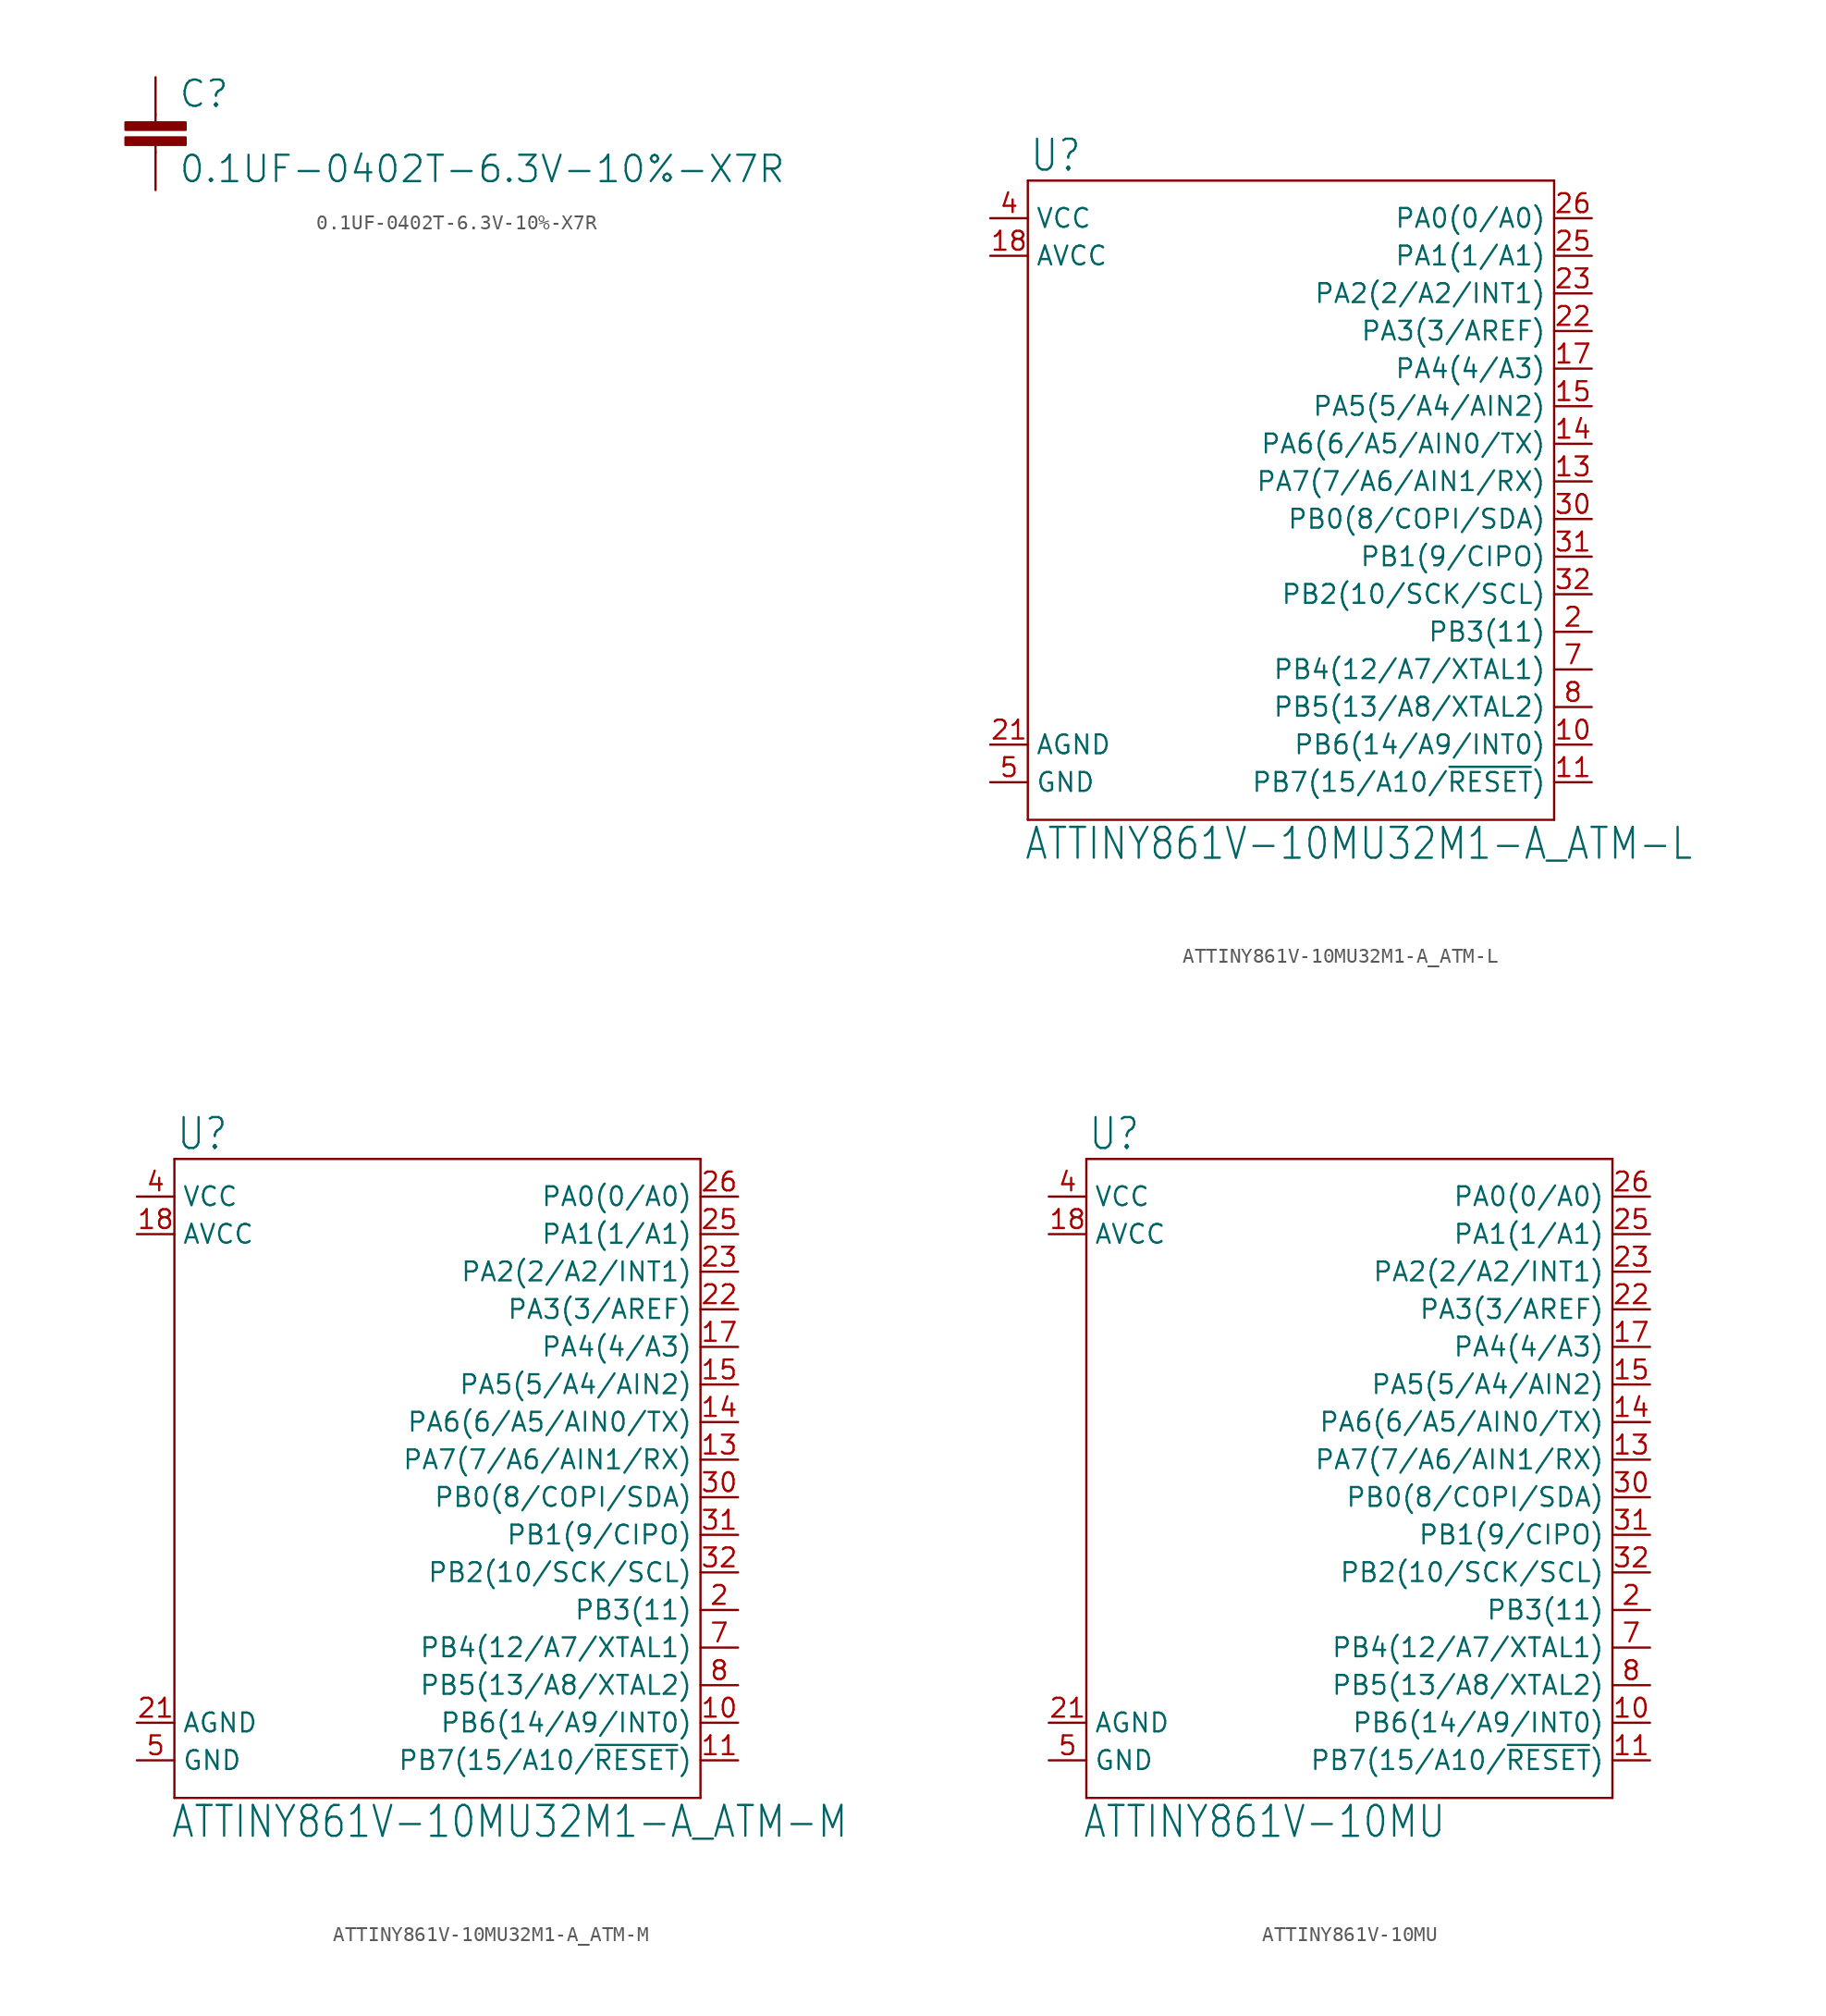
<source format=kicad_sym>
(kicad_symbol_lib
  (version 20211014)
  (generator kicad_symbol_editor)
  (symbol "0.1UF-0402T-6.3V-10%-X7R"
    (property "Reference" "C"
      (at 1.524 2.921 0)
      (effects (font (size 1.778 1.778)) (justify left bottom)))
    (property "Value" "0.1UF-0402T-6.3V-10%-X7R"
      (at 1.524 -2.159 0)
      (effects (font (size 1.778 1.778)) (justify left bottom)))
    (property "ki_locked" ""
      (at 0 0 0)
      (effects (font (size 1.27 1.27))))
    (symbol "0.1UF-0402T-6.3V-10%-X7R_1_0"
      (rectangle (start -2.032 0.508) (end 2.032 1.016) (stroke (width 0) (type default) (color 0 0 0 0)) (fill (type outline)))
      (rectangle (start -2.032 1.524) (end 2.032 2.032) (stroke (width 0) (type default) (color 0 0 0 0)) (fill (type outline)))
      (polyline (pts (xy 0 0) (xy 0 0.508)) (stroke (width 0.152) (type default) (color 0 0 0 0)) (fill (type none)))
      (polyline (pts (xy 0 2.54) (xy 0 2.032)) (stroke (width 0.152) (type default) (color 0 0 0 0)) (fill (type none)))
      (pin passive line (at 0 5.08 270) (length 2.54) (name "1" (effects (font (size 0 0)))) (number "1" (effects (font (size 0 0)))))
      (pin passive line (at 0 -2.54 90) (length 2.54) (name "2" (effects (font (size 0 0)))) (number "2" (effects (font (size 0 0)))))))
  (symbol "ATTINY861V-10MU32M1-A_ATM-L"
    (property "Reference" "U"
      (at -17.678 23.343 0)
      (effects (font (size 2.083 1.77)) (justify left bottom)))
    (property "Value" "ATTINY861V-10MU32M1-A_ATM-L"
      (at -18.059 -23.139 0)
      (effects (font (size 2.083 1.77)) (justify left bottom)))
    (property "ki_locked" ""
      (at 0 0 0)
      (effects (font (size 1.27 1.27))))
    (symbol "ATTINY861V-10MU32M1-A_ATM-L_1_0"
      (polyline (pts (xy -17.78 -20.32) (xy 17.78 -20.32)) (stroke (width 0.152) (type default) (color 0 0 0 0)) (fill (type none)))
      (polyline (pts (xy -17.78 22.86) (xy -17.78 -20.32)) (stroke (width 0.152) (type default) (color 0 0 0 0)) (fill (type none)))
      (polyline (pts (xy 17.78 -20.32) (xy 17.78 22.86)) (stroke (width 0.152) (type default) (color 0 0 0 0)) (fill (type none)))
      (polyline (pts (xy 17.78 22.86) (xy -17.78 22.86)) (stroke (width 0.152) (type default) (color 0 0 0 0)) (fill (type none)))
      (pin bidirectional line (at 20.32 -15.24 180) (length 2.54) (name "PB6(14/A9/INT0)" (effects (font (size 1.27 1.27)))) (number "10" (effects (font (size 1.27 1.27)))))
      (pin bidirectional line (at 20.32 -17.78 180) (length 2.54) (name "PB7(15/A10/~{RESET})" (effects (font (size 1.27 1.27)))) (number "11" (effects (font (size 1.27 1.27)))))
      (pin bidirectional line (at 20.32 2.54 180) (length 2.54) (name "PA7(7/A6/AIN1/RX)" (effects (font (size 1.27 1.27)))) (number "13" (effects (font (size 1.27 1.27)))))
      (pin bidirectional line (at 20.32 5.08 180) (length 2.54) (name "PA6(6/A5/AIN0/TX)" (effects (font (size 1.27 1.27)))) (number "14" (effects (font (size 1.27 1.27)))))
      (pin bidirectional line (at 20.32 7.62 180) (length 2.54) (name "PA5(5/A4/AIN2)" (effects (font (size 1.27 1.27)))) (number "15" (effects (font (size 1.27 1.27)))))
      (pin bidirectional line (at 20.32 10.16 180) (length 2.54) (name "PA4(4/A3)" (effects (font (size 1.27 1.27)))) (number "17" (effects (font (size 1.27 1.27)))))
      (pin power_in line (at -20.32 17.78 0) (length 2.54) (name "AVCC" (effects (font (size 1.27 1.27)))) (number "18" (effects (font (size 1.27 1.27)))))
      (pin bidirectional line (at 20.32 -7.62 180) (length 2.54) (name "PB3(11)" (effects (font (size 1.27 1.27)))) (number "2" (effects (font (size 1.27 1.27)))))
      (pin power_in line (at -20.32 -15.24 0) (length 2.54) (name "AGND" (effects (font (size 1.27 1.27)))) (number "21" (effects (font (size 1.27 1.27)))))
      (pin bidirectional line (at 20.32 12.7 180) (length 2.54) (name "PA3(3/AREF)" (effects (font (size 1.27 1.27)))) (number "22" (effects (font (size 1.27 1.27)))))
      (pin bidirectional line (at 20.32 15.24 180) (length 2.54) (name "PA2(2/A2/INT1)" (effects (font (size 1.27 1.27)))) (number "23" (effects (font (size 1.27 1.27)))))
      (pin bidirectional line (at 20.32 17.78 180) (length 2.54) (name "PA1(1/A1)" (effects (font (size 1.27 1.27)))) (number "25" (effects (font (size 1.27 1.27)))))
      (pin bidirectional line (at 20.32 20.32 180) (length 2.54) (name "PA0(0/A0)" (effects (font (size 1.27 1.27)))) (number "26" (effects (font (size 1.27 1.27)))))
      (pin bidirectional line (at 20.32 0 180) (length 2.54) (name "PB0(8/COPI/SDA)" (effects (font (size 1.27 1.27)))) (number "30" (effects (font (size 1.27 1.27)))))
      (pin bidirectional line (at 20.32 -2.54 180) (length 2.54) (name "PB1(9/CIPO)" (effects (font (size 1.27 1.27)))) (number "31" (effects (font (size 1.27 1.27)))))
      (pin bidirectional line (at 20.32 -5.08 180) (length 2.54) (name "PB2(10/SCK/SCL)" (effects (font (size 1.27 1.27)))) (number "32" (effects (font (size 1.27 1.27)))))
      (pin power_in line (at -20.32 20.32 0) (length 2.54) (name "VCC" (effects (font (size 1.27 1.27)))) (number "4" (effects (font (size 1.27 1.27)))))
      (pin power_in line (at -20.32 -17.78 0) (length 2.54) (name "GND" (effects (font (size 1.27 1.27)))) (number "5" (effects (font (size 1.27 1.27)))))
      (pin bidirectional line (at 20.32 -10.16 180) (length 2.54) (name "PB4(12/A7/XTAL1)" (effects (font (size 1.27 1.27)))) (number "7" (effects (font (size 1.27 1.27)))))
      (pin bidirectional line (at 20.32 -12.7 180) (length 2.54) (name "PB5(13/A8/XTAL2)" (effects (font (size 1.27 1.27)))) (number "8" (effects (font (size 1.27 1.27)))))))
  (symbol "ATTINY861V-10MU32M1-A_ATM-M"
    (property "Reference" "U"
      (at -17.678 23.343 0)
      (effects (font (size 2.083 1.77)) (justify left bottom)))
    (property "Value" "ATTINY861V-10MU32M1-A_ATM-M"
      (at -18.059 -23.139 0)
      (effects (font (size 2.083 1.77)) (justify left bottom)))
    (property "ki_locked" ""
      (at 0 0 0)
      (effects (font (size 1.27 1.27))))
    (symbol "ATTINY861V-10MU32M1-A_ATM-M_1_0"
      (polyline (pts (xy -17.78 -20.32) (xy 17.78 -20.32)) (stroke (width 0.152) (type default) (color 0 0 0 0)) (fill (type none)))
      (polyline (pts (xy -17.78 22.86) (xy -17.78 -20.32)) (stroke (width 0.152) (type default) (color 0 0 0 0)) (fill (type none)))
      (polyline (pts (xy 17.78 -20.32) (xy 17.78 22.86)) (stroke (width 0.152) (type default) (color 0 0 0 0)) (fill (type none)))
      (polyline (pts (xy 17.78 22.86) (xy -17.78 22.86)) (stroke (width 0.152) (type default) (color 0 0 0 0)) (fill (type none)))
      (pin bidirectional line (at 20.32 -15.24 180) (length 2.54) (name "PB6(14/A9/INT0)" (effects (font (size 1.27 1.27)))) (number "10" (effects (font (size 1.27 1.27)))))
      (pin bidirectional line (at 20.32 -17.78 180) (length 2.54) (name "PB7(15/A10/~{RESET})" (effects (font (size 1.27 1.27)))) (number "11" (effects (font (size 1.27 1.27)))))
      (pin bidirectional line (at 20.32 2.54 180) (length 2.54) (name "PA7(7/A6/AIN1/RX)" (effects (font (size 1.27 1.27)))) (number "13" (effects (font (size 1.27 1.27)))))
      (pin bidirectional line (at 20.32 5.08 180) (length 2.54) (name "PA6(6/A5/AIN0/TX)" (effects (font (size 1.27 1.27)))) (number "14" (effects (font (size 1.27 1.27)))))
      (pin bidirectional line (at 20.32 7.62 180) (length 2.54) (name "PA5(5/A4/AIN2)" (effects (font (size 1.27 1.27)))) (number "15" (effects (font (size 1.27 1.27)))))
      (pin bidirectional line (at 20.32 10.16 180) (length 2.54) (name "PA4(4/A3)" (effects (font (size 1.27 1.27)))) (number "17" (effects (font (size 1.27 1.27)))))
      (pin power_in line (at -20.32 17.78 0) (length 2.54) (name "AVCC" (effects (font (size 1.27 1.27)))) (number "18" (effects (font (size 1.27 1.27)))))
      (pin bidirectional line (at 20.32 -7.62 180) (length 2.54) (name "PB3(11)" (effects (font (size 1.27 1.27)))) (number "2" (effects (font (size 1.27 1.27)))))
      (pin power_in line (at -20.32 -15.24 0) (length 2.54) (name "AGND" (effects (font (size 1.27 1.27)))) (number "21" (effects (font (size 1.27 1.27)))))
      (pin bidirectional line (at 20.32 12.7 180) (length 2.54) (name "PA3(3/AREF)" (effects (font (size 1.27 1.27)))) (number "22" (effects (font (size 1.27 1.27)))))
      (pin bidirectional line (at 20.32 15.24 180) (length 2.54) (name "PA2(2/A2/INT1)" (effects (font (size 1.27 1.27)))) (number "23" (effects (font (size 1.27 1.27)))))
      (pin bidirectional line (at 20.32 17.78 180) (length 2.54) (name "PA1(1/A1)" (effects (font (size 1.27 1.27)))) (number "25" (effects (font (size 1.27 1.27)))))
      (pin bidirectional line (at 20.32 20.32 180) (length 2.54) (name "PA0(0/A0)" (effects (font (size 1.27 1.27)))) (number "26" (effects (font (size 1.27 1.27)))))
      (pin bidirectional line (at 20.32 0 180) (length 2.54) (name "PB0(8/COPI/SDA)" (effects (font (size 1.27 1.27)))) (number "30" (effects (font (size 1.27 1.27)))))
      (pin bidirectional line (at 20.32 -2.54 180) (length 2.54) (name "PB1(9/CIPO)" (effects (font (size 1.27 1.27)))) (number "31" (effects (font (size 1.27 1.27)))))
      (pin bidirectional line (at 20.32 -5.08 180) (length 2.54) (name "PB2(10/SCK/SCL)" (effects (font (size 1.27 1.27)))) (number "32" (effects (font (size 1.27 1.27)))))
      (pin power_in line (at -20.32 20.32 0) (length 2.54) (name "VCC" (effects (font (size 1.27 1.27)))) (number "4" (effects (font (size 1.27 1.27)))))
      (pin power_in line (at -20.32 -17.78 0) (length 2.54) (name "GND" (effects (font (size 1.27 1.27)))) (number "5" (effects (font (size 1.27 1.27)))))
      (pin bidirectional line (at 20.32 -10.16 180) (length 2.54) (name "PB4(12/A7/XTAL1)" (effects (font (size 1.27 1.27)))) (number "7" (effects (font (size 1.27 1.27)))))
      (pin bidirectional line (at 20.32 -12.7 180) (length 2.54) (name "PB5(13/A8/XTAL2)" (effects (font (size 1.27 1.27)))) (number "8" (effects (font (size 1.27 1.27)))))))
  (symbol "ATTINY861V-10MU"
    (property "Reference" "U"
      (at -17.678 23.343 0)
      (effects (font (size 2.083 1.77)) (justify left bottom)))
    (property "Value" "ATTINY861V-10MU"
      (at -18.059 -23.139 0)
      (effects (font (size 2.083 1.77)) (justify left bottom)))
    (property "ki_locked" ""
      (at 0 0 0)
      (effects (font (size 1.27 1.27))))
    (symbol "ATTINY861V-10MU_1_0"
      (polyline (pts (xy -17.78 -20.32) (xy 17.78 -20.32)) (stroke (width 0.152) (type default) (color 0 0 0 0)) (fill (type none)))
      (polyline (pts (xy -17.78 22.86) (xy -17.78 -20.32)) (stroke (width 0.152) (type default) (color 0 0 0 0)) (fill (type none)))
      (polyline (pts (xy 17.78 -20.32) (xy 17.78 22.86)) (stroke (width 0.152) (type default) (color 0 0 0 0)) (fill (type none)))
      (polyline (pts (xy 17.78 22.86) (xy -17.78 22.86)) (stroke (width 0.152) (type default) (color 0 0 0 0)) (fill (type none)))
      (pin bidirectional line (at 20.32 -15.24 180) (length 2.54) (name "PB6(14/A9/INT0)" (effects (font (size 1.27 1.27)))) (number "10" (effects (font (size 1.27 1.27)))))
      (pin bidirectional line (at 20.32 -17.78 180) (length 2.54) (name "PB7(15/A10/~{RESET})" (effects (font (size 1.27 1.27)))) (number "11" (effects (font (size 1.27 1.27)))))
      (pin bidirectional line (at 20.32 2.54 180) (length 2.54) (name "PA7(7/A6/AIN1/RX)" (effects (font (size 1.27 1.27)))) (number "13" (effects (font (size 1.27 1.27)))))
      (pin bidirectional line (at 20.32 5.08 180) (length 2.54) (name "PA6(6/A5/AIN0/TX)" (effects (font (size 1.27 1.27)))) (number "14" (effects (font (size 1.27 1.27)))))
      (pin bidirectional line (at 20.32 7.62 180) (length 2.54) (name "PA5(5/A4/AIN2)" (effects (font (size 1.27 1.27)))) (number "15" (effects (font (size 1.27 1.27)))))
      (pin bidirectional line (at 20.32 10.16 180) (length 2.54) (name "PA4(4/A3)" (effects (font (size 1.27 1.27)))) (number "17" (effects (font (size 1.27 1.27)))))
      (pin power_in line (at -20.32 17.78 0) (length 2.54) (name "AVCC" (effects (font (size 1.27 1.27)))) (number "18" (effects (font (size 1.27 1.27)))))
      (pin bidirectional line (at 20.32 -7.62 180) (length 2.54) (name "PB3(11)" (effects (font (size 1.27 1.27)))) (number "2" (effects (font (size 1.27 1.27)))))
      (pin power_in line (at -20.32 -15.24 0) (length 2.54) (name "AGND" (effects (font (size 1.27 1.27)))) (number "21" (effects (font (size 1.27 1.27)))))
      (pin bidirectional line (at 20.32 12.7 180) (length 2.54) (name "PA3(3/AREF)" (effects (font (size 1.27 1.27)))) (number "22" (effects (font (size 1.27 1.27)))))
      (pin bidirectional line (at 20.32 15.24 180) (length 2.54) (name "PA2(2/A2/INT1)" (effects (font (size 1.27 1.27)))) (number "23" (effects (font (size 1.27 1.27)))))
      (pin bidirectional line (at 20.32 17.78 180) (length 2.54) (name "PA1(1/A1)" (effects (font (size 1.27 1.27)))) (number "25" (effects (font (size 1.27 1.27)))))
      (pin bidirectional line (at 20.32 20.32 180) (length 2.54) (name "PA0(0/A0)" (effects (font (size 1.27 1.27)))) (number "26" (effects (font (size 1.27 1.27)))))
      (pin bidirectional line (at 20.32 0 180) (length 2.54) (name "PB0(8/COPI/SDA)" (effects (font (size 1.27 1.27)))) (number "30" (effects (font (size 1.27 1.27)))))
      (pin bidirectional line (at 20.32 -2.54 180) (length 2.54) (name "PB1(9/CIPO)" (effects (font (size 1.27 1.27)))) (number "31" (effects (font (size 1.27 1.27)))))
      (pin bidirectional line (at 20.32 -5.08 180) (length 2.54) (name "PB2(10/SCK/SCL)" (effects (font (size 1.27 1.27)))) (number "32" (effects (font (size 1.27 1.27)))))
      (pin power_in line (at -20.32 20.32 0) (length 2.54) (name "VCC" (effects (font (size 1.27 1.27)))) (number "4" (effects (font (size 1.27 1.27)))))
      (pin power_in line (at -20.32 -17.78 0) (length 2.54) (name "GND" (effects (font (size 1.27 1.27)))) (number "5" (effects (font (size 1.27 1.27)))))
      (pin bidirectional line (at 20.32 -10.16 180) (length 2.54) (name "PB4(12/A7/XTAL1)" (effects (font (size 1.27 1.27)))) (number "7" (effects (font (size 1.27 1.27)))))
      (pin bidirectional line (at 20.32 -12.7 180) (length 2.54) (name "PB5(13/A8/XTAL2)" (effects (font (size 1.27 1.27)))) (number "8" (effects (font (size 1.27 1.27))))))))
</source>
